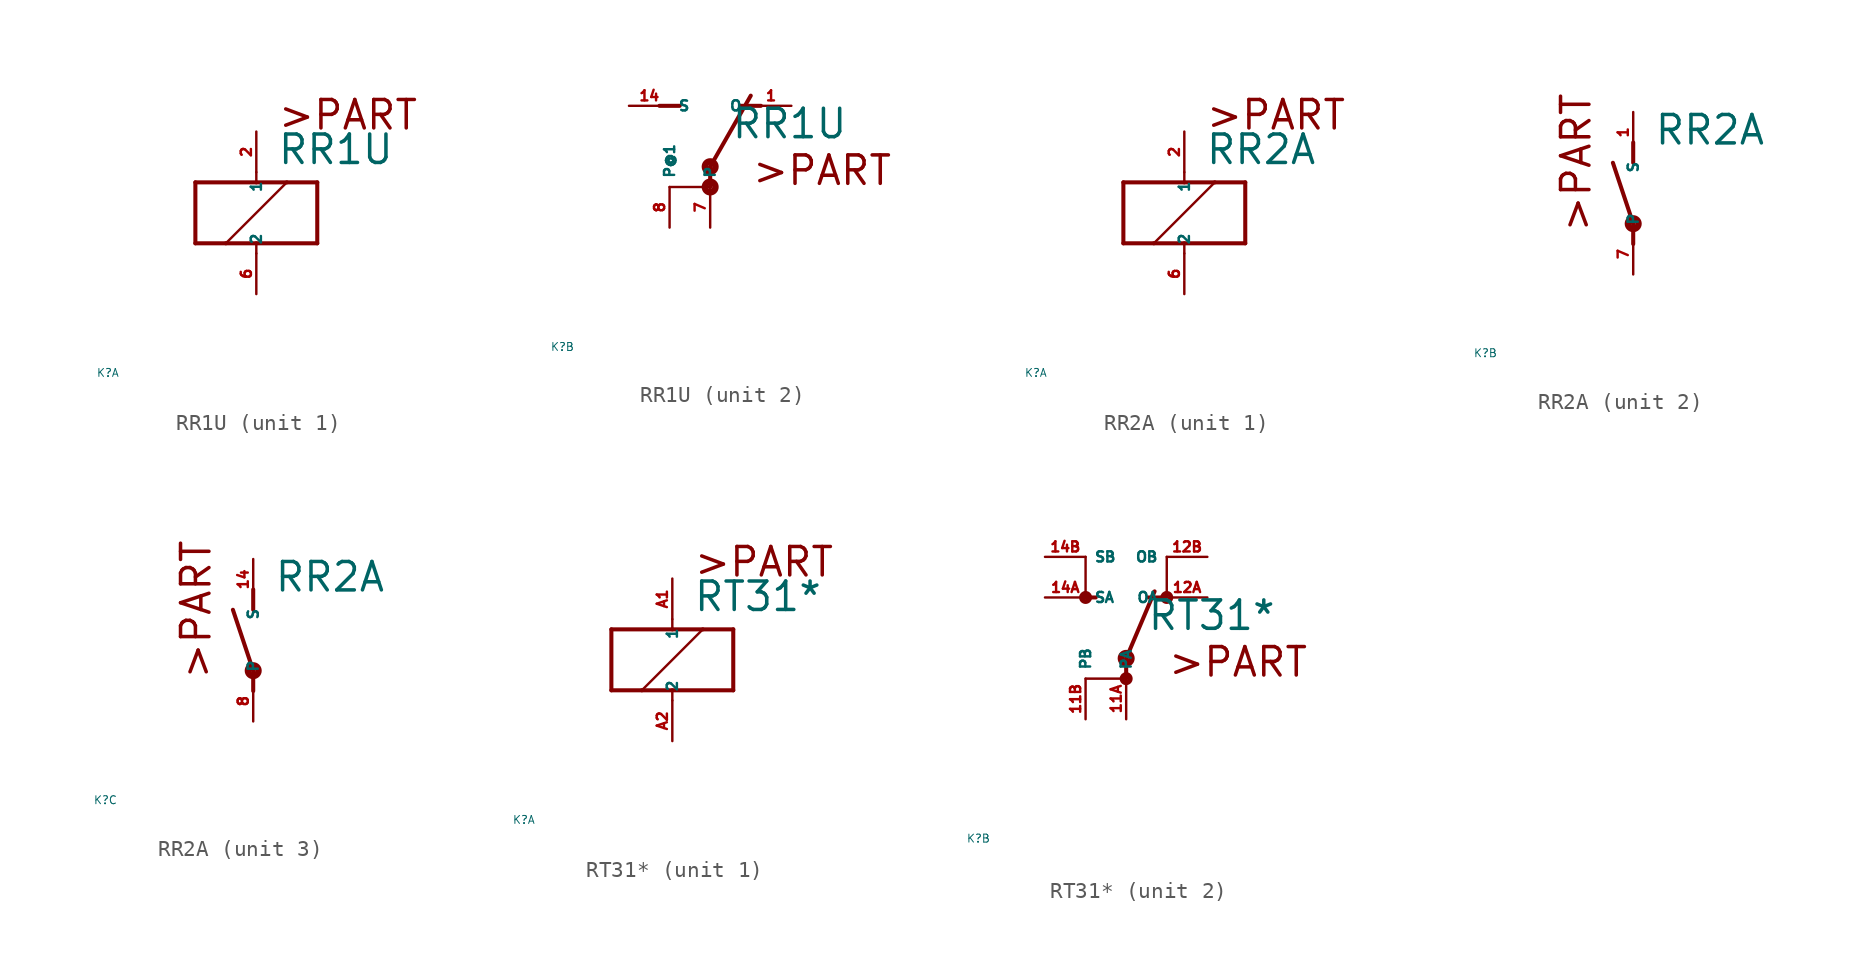
<source format=kicad_sym>
(kicad_symbol_lib
  (version 20220914)
  (generator Eagle2Kicad)
  (symbol "RR1U"
    (property "Reference" "K"
      (at -10 -10 0)
      (effects (font (size 0.5 0.5) (thickness 0.06)) (justify left)))
    (property "Value" "RR1U"
      (at 1.27 2.921 0)
      (effects (font (size 1.778 1.778) (thickness 0.22)) (justify left bottom)))
    (symbol "RR1U_1_0"
      (polyline (pts (xy -3.81 -1.905) (xy -1.905 -1.905)) (stroke (width 0.254) (type default)) (fill (type none)))
      (polyline (pts (xy 3.81 -1.905) (xy 3.81 1.905)) (stroke (width 0.254) (type default)) (fill (type none)))
      (polyline (pts (xy 3.81 1.905) (xy 1.905 1.905)) (stroke (width 0.254) (type default)) (fill (type none)))
      (polyline (pts (xy -3.81 1.905) (xy -3.81 -1.905)) (stroke (width 0.254) (type default)) (fill (type none)))
      (polyline (pts (xy 0 -2.54) (xy 0 -1.905)) (stroke (width 0.152) (type default)) (fill (type none)))
      (polyline (pts (xy 0 -1.905) (xy 3.81 -1.905)) (stroke (width 0.254) (type default)) (fill (type none)))
      (polyline (pts (xy 0 2.54) (xy 0 1.905)) (stroke (width 0.152) (type default)) (fill (type none)))
      (polyline (pts (xy 0 1.905) (xy -3.81 1.905)) (stroke (width 0.254) (type default)) (fill (type none)))
      (polyline (pts (xy -1.905 -1.905) (xy 1.905 1.905)) (stroke (width 0.152) (type default)) (fill (type none)))
      (polyline (pts (xy -1.905 -1.905) (xy 0 -1.905)) (stroke (width 0.254) (type default)) (fill (type none)))
      (polyline (pts (xy 1.905 1.905) (xy 0 1.905)) (stroke (width 0.254) (type default)) (fill (type none)))
      (text ">PART" (at 1.27 5.08 0) (effects (font (size 1.778 1.778) (thickness 0.22)) (justify left bottom)))
      (pin passive line (at 0 -5.08 90) (length 2.54) (name "2" (effects (font (size 0.635 0.635) (thickness 0.08)) (justify left bottom))) (number "6" (effects (font (size 0.635 0.635) (thickness 0.08)) (justify left bottom))))
      (pin passive line (at 0 5.08 270) (length 2.54) (name "1" (effects (font (size 0.635 0.635) (thickness 0.08)) (justify left bottom))) (number "2" (effects (font (size 0.635 0.635) (thickness 0.08)) (justify left bottom)))))
    (symbol "RR1U_2_0"
      (polyline (pts (xy 3.175 5.08) (xy 1.905 5.08)) (stroke (width 0.254) (type default)) (fill (type none)))
      (polyline (pts (xy -3.175 5.08) (xy -1.905 5.08)) (stroke (width 0.254) (type default)) (fill (type none)))
      (polyline (pts (xy 0 1.27) (xy 2.54 5.715)) (stroke (width 0.254) (type default)) (fill (type none)))
      (polyline (pts (xy -2.54 0) (xy 0 0)) (stroke (width 0.152) (type default)) (fill (type none)))
      (polyline (pts (xy 0 0) (xy 0 1.27)) (stroke (width 0.254) (type default)) (fill (type none)))
      (text ">PART" (at 2.54 0 0) (effects (font (size 1.778 1.778) (thickness 0.22)) (justify left bottom)))
      (circle (center 0 0) (radius 0.127) (stroke (width 0.406) (type default)) (fill (type none)))
      (circle (center 0 1.27) (radius 0.127) (stroke (width 0.406) (type default)) (fill (type none)))
      (pin passive line (at 5.08 5.08 180) (length 2.54) (name "O" (effects (font (size 0.635 0.635) (thickness 0.08)) (justify left bottom))) (number "1" (effects (font (size 0.635 0.635) (thickness 0.08)) (justify left bottom))))
      (pin passive line (at -5.08 5.08 0) (length 2.54) (name "S" (effects (font (size 0.635 0.635) (thickness 0.08)) (justify left bottom))) (number "14" (effects (font (size 0.635 0.635) (thickness 0.08)) (justify left bottom))))
      (pin passive line (at 0 -2.54 90) (length 2.54) (name "P" (effects (font (size 0.635 0.635) (thickness 0.08)) (justify left bottom))) (number "7" (effects (font (size 0.635 0.635) (thickness 0.08)) (justify left bottom))))
      (pin passive line (at -2.54 -2.54 90) (length 2.54) (name "P@1" (effects (font (size 0.635 0.635) (thickness 0.08)) (justify left bottom))) (number "8" (effects (font (size 0.635 0.635) (thickness 0.08)) (justify left bottom))))))
  (symbol "RR2A"
    (property "Reference" "K"
      (at -10 -10 0)
      (effects (font (size 0.5 0.5) (thickness 0.06)) (justify left)))
    (property "Value" "RR2A"
      (at 1.27 2.921 0)
      (effects (font (size 1.778 1.778) (thickness 0.22)) (justify left bottom)))
    (symbol "RR2A_1_0"
      (polyline (pts (xy -3.81 -1.905) (xy -1.905 -1.905)) (stroke (width 0.254) (type default)) (fill (type none)))
      (polyline (pts (xy 3.81 -1.905) (xy 3.81 1.905)) (stroke (width 0.254) (type default)) (fill (type none)))
      (polyline (pts (xy 3.81 1.905) (xy 1.905 1.905)) (stroke (width 0.254) (type default)) (fill (type none)))
      (polyline (pts (xy -3.81 1.905) (xy -3.81 -1.905)) (stroke (width 0.254) (type default)) (fill (type none)))
      (polyline (pts (xy 0 -2.54) (xy 0 -1.905)) (stroke (width 0.152) (type default)) (fill (type none)))
      (polyline (pts (xy 0 -1.905) (xy 3.81 -1.905)) (stroke (width 0.254) (type default)) (fill (type none)))
      (polyline (pts (xy 0 2.54) (xy 0 1.905)) (stroke (width 0.152) (type default)) (fill (type none)))
      (polyline (pts (xy 0 1.905) (xy -3.81 1.905)) (stroke (width 0.254) (type default)) (fill (type none)))
      (polyline (pts (xy -1.905 -1.905) (xy 1.905 1.905)) (stroke (width 0.152) (type default)) (fill (type none)))
      (polyline (pts (xy -1.905 -1.905) (xy 0 -1.905)) (stroke (width 0.254) (type default)) (fill (type none)))
      (polyline (pts (xy 1.905 1.905) (xy 0 1.905)) (stroke (width 0.254) (type default)) (fill (type none)))
      (text ">PART" (at 1.27 5.08 0) (effects (font (size 1.778 1.778) (thickness 0.22)) (justify left bottom)))
      (pin passive line (at 0 -5.08 90) (length 2.54) (name "2" (effects (font (size 0.635 0.635) (thickness 0.08)) (justify left bottom))) (number "6" (effects (font (size 0.635 0.635) (thickness 0.08)) (justify left bottom))))
      (pin passive line (at 0 5.08 270) (length 2.54) (name "1" (effects (font (size 0.635 0.635) (thickness 0.08)) (justify left bottom))) (number "2" (effects (font (size 0.635 0.635) (thickness 0.08)) (justify left bottom)))))
    (symbol "RR2A_2_0"
      (polyline (pts (xy 0 3.175) (xy 0 1.905)) (stroke (width 0.254) (type default)) (fill (type none)))
      (polyline (pts (xy 0 -3.175) (xy 0 -1.905)) (stroke (width 0.254) (type default)) (fill (type none)))
      (polyline (pts (xy 0 -1.905) (xy -1.27 1.905)) (stroke (width 0.254) (type default)) (fill (type none)))
      (text ">PART" (at -2.54 -2.54 900) (effects (font (size 1.778 1.778) (thickness 0.22)) (justify left bottom)))
      (circle (center 0 -1.905) (radius 0.127) (stroke (width 0.406) (type default)) (fill (type none)))
      (pin passive line (at 0 -5.08 90) (length 2.54) (name "P" (effects (font (size 0.635 0.635) (thickness 0.08)) (justify left bottom))) (number "7" (effects (font (size 0.635 0.635) (thickness 0.08)) (justify left bottom))))
      (pin passive line (at 0 5.08 270) (length 2.54) (name "S" (effects (font (size 0.635 0.635) (thickness 0.08)) (justify left bottom))) (number "1" (effects (font (size 0.635 0.635) (thickness 0.08)) (justify left bottom)))))
    (symbol "RR2A_3_0"
      (polyline (pts (xy 0 3.175) (xy 0 1.905)) (stroke (width 0.254) (type default)) (fill (type none)))
      (polyline (pts (xy 0 -3.175) (xy 0 -1.905)) (stroke (width 0.254) (type default)) (fill (type none)))
      (polyline (pts (xy 0 -1.905) (xy -1.27 1.905)) (stroke (width 0.254) (type default)) (fill (type none)))
      (text ">PART" (at -2.54 -2.54 900) (effects (font (size 1.778 1.778) (thickness 0.22)) (justify left bottom)))
      (circle (center 0 -1.905) (radius 0.127) (stroke (width 0.406) (type default)) (fill (type none)))
      (pin passive line (at 0 -5.08 90) (length 2.54) (name "P" (effects (font (size 0.635 0.635) (thickness 0.08)) (justify left bottom))) (number "8" (effects (font (size 0.635 0.635) (thickness 0.08)) (justify left bottom))))
      (pin passive line (at 0 5.08 270) (length 2.54) (name "S" (effects (font (size 0.635 0.635) (thickness 0.08)) (justify left bottom))) (number "14" (effects (font (size 0.635 0.635) (thickness 0.08)) (justify left bottom))))))
  (symbol "RT31*"
    (property "Reference" "K"
      (at -10 -10 0)
      (effects (font (size 0.5 0.5) (thickness 0.06)) (justify left)))
    (property "Value" "RT31*"
      (at 1.27 2.921 0)
      (effects (font (size 1.778 1.778) (thickness 0.22)) (justify left bottom)))
    (symbol "RT31*_1_0"
      (polyline (pts (xy -3.81 -1.905) (xy -1.905 -1.905)) (stroke (width 0.254) (type default)) (fill (type none)))
      (polyline (pts (xy 3.81 -1.905) (xy 3.81 1.905)) (stroke (width 0.254) (type default)) (fill (type none)))
      (polyline (pts (xy 3.81 1.905) (xy 1.905 1.905)) (stroke (width 0.254) (type default)) (fill (type none)))
      (polyline (pts (xy -3.81 1.905) (xy -3.81 -1.905)) (stroke (width 0.254) (type default)) (fill (type none)))
      (polyline (pts (xy 0 -2.54) (xy 0 -1.905)) (stroke (width 0.152) (type default)) (fill (type none)))
      (polyline (pts (xy 0 -1.905) (xy 3.81 -1.905)) (stroke (width 0.254) (type default)) (fill (type none)))
      (polyline (pts (xy 0 2.54) (xy 0 1.905)) (stroke (width 0.152) (type default)) (fill (type none)))
      (polyline (pts (xy 0 1.905) (xy -3.81 1.905)) (stroke (width 0.254) (type default)) (fill (type none)))
      (polyline (pts (xy -1.905 -1.905) (xy 1.905 1.905)) (stroke (width 0.152) (type default)) (fill (type none)))
      (polyline (pts (xy -1.905 -1.905) (xy 0 -1.905)) (stroke (width 0.254) (type default)) (fill (type none)))
      (polyline (pts (xy 1.905 1.905) (xy 0 1.905)) (stroke (width 0.254) (type default)) (fill (type none)))
      (text ">PART" (at 1.27 5.08 0) (effects (font (size 1.778 1.778) (thickness 0.22)) (justify left bottom)))
      (pin passive line (at 0 -5.08 90) (length 2.54) (name "2" (effects (font (size 0.635 0.635) (thickness 0.08)) (justify left bottom))) (number "A2" (effects (font (size 0.635 0.635) (thickness 0.08)) (justify left bottom))))
      (pin passive line (at 0 5.08 270) (length 2.54) (name "1" (effects (font (size 0.635 0.635) (thickness 0.08)) (justify left bottom))) (number "A1" (effects (font (size 0.635 0.635) (thickness 0.08)) (justify left bottom)))))
    (symbol "RT31*_2_0"
      (polyline (pts (xy 2.413 5.08) (xy 1.397 5.08)) (stroke (width 0.254) (type default)) (fill (type none)))
      (polyline (pts (xy -2.667 5.08) (xy -2.54 5.08)) (stroke (width 0.254) (type default)) (fill (type none)))
      (polyline (pts (xy -2.54 5.08) (xy -1.905 5.08)) (stroke (width 0.254) (type default)) (fill (type none)))
      (polyline (pts (xy 0 1.27) (xy 1.778 5.461)) (stroke (width 0.254) (type default)) (fill (type none)))
      (polyline (pts (xy 0 1.27) (xy 0 0)) (stroke (width 0.254) (type default)) (fill (type none)))
      (polyline (pts (xy -2.54 7.62) (xy -2.54 5.08)) (stroke (width 0.152) (type default)) (fill (type none)))
      (polyline (pts (xy 2.54 7.62) (xy 2.54 5.08)) (stroke (width 0.152) (type default)) (fill (type none)))
      (polyline (pts (xy -2.54 0) (xy 0 0)) (stroke (width 0.152) (type default)) (fill (type none)))
      (text ">PART" (at 2.54 0 0) (effects (font (size 1.778 1.778) (thickness 0.22)) (justify left bottom)))
      (circle (center 0 1.27) (radius 0.127) (stroke (width 0.406) (type default)) (fill (type none)))
      (circle (center -2.54 5.08) (radius 0.254) (stroke (width 0.305) (type default)) (fill (type none)))
      (circle (center 0 0) (radius 0.254) (stroke (width 0.305) (type default)) (fill (type none)))
      (circle (center 2.54 5.08) (radius 0.254) (stroke (width 0.305) (type default)) (fill (type none)))
      (pin passive line (at 5.08 5.08 180) (length 2.54) (name "OA" (effects (font (size 0.635 0.635) (thickness 0.08)) (justify left bottom))) (number "12A" (effects (font (size 0.635 0.635) (thickness 0.08)) (justify left bottom))))
      (pin passive line (at -5.08 5.08 0) (length 2.54) (name "SA" (effects (font (size 0.635 0.635) (thickness 0.08)) (justify left bottom))) (number "14A" (effects (font (size 0.635 0.635) (thickness 0.08)) (justify left bottom))))
      (pin passive line (at 0 -2.54 90) (length 2.54) (name "PA" (effects (font (size 0.635 0.635) (thickness 0.08)) (justify left bottom))) (number "11A" (effects (font (size 0.635 0.635) (thickness 0.08)) (justify left bottom))))
      (pin passive line (at -5.08 7.62 0) (length 2.54) (name "SB" (effects (font (size 0.635 0.635) (thickness 0.08)) (justify left bottom))) (number "14B" (effects (font (size 0.635 0.635) (thickness 0.08)) (justify left bottom))))
      (pin passive line (at 5.08 7.62 180) (length 2.54) (name "OB" (effects (font (size 0.635 0.635) (thickness 0.08)) (justify left bottom))) (number "12B" (effects (font (size 0.635 0.635) (thickness 0.08)) (justify left bottom))))
      (pin passive line (at -2.54 -2.54 90) (length 2.54) (name "PB" (effects (font (size 0.635 0.635) (thickness 0.08)) (justify left bottom))) (number "11B" (effects (font (size 0.635 0.635) (thickness 0.08)) (justify left bottom)))))))
</source>
